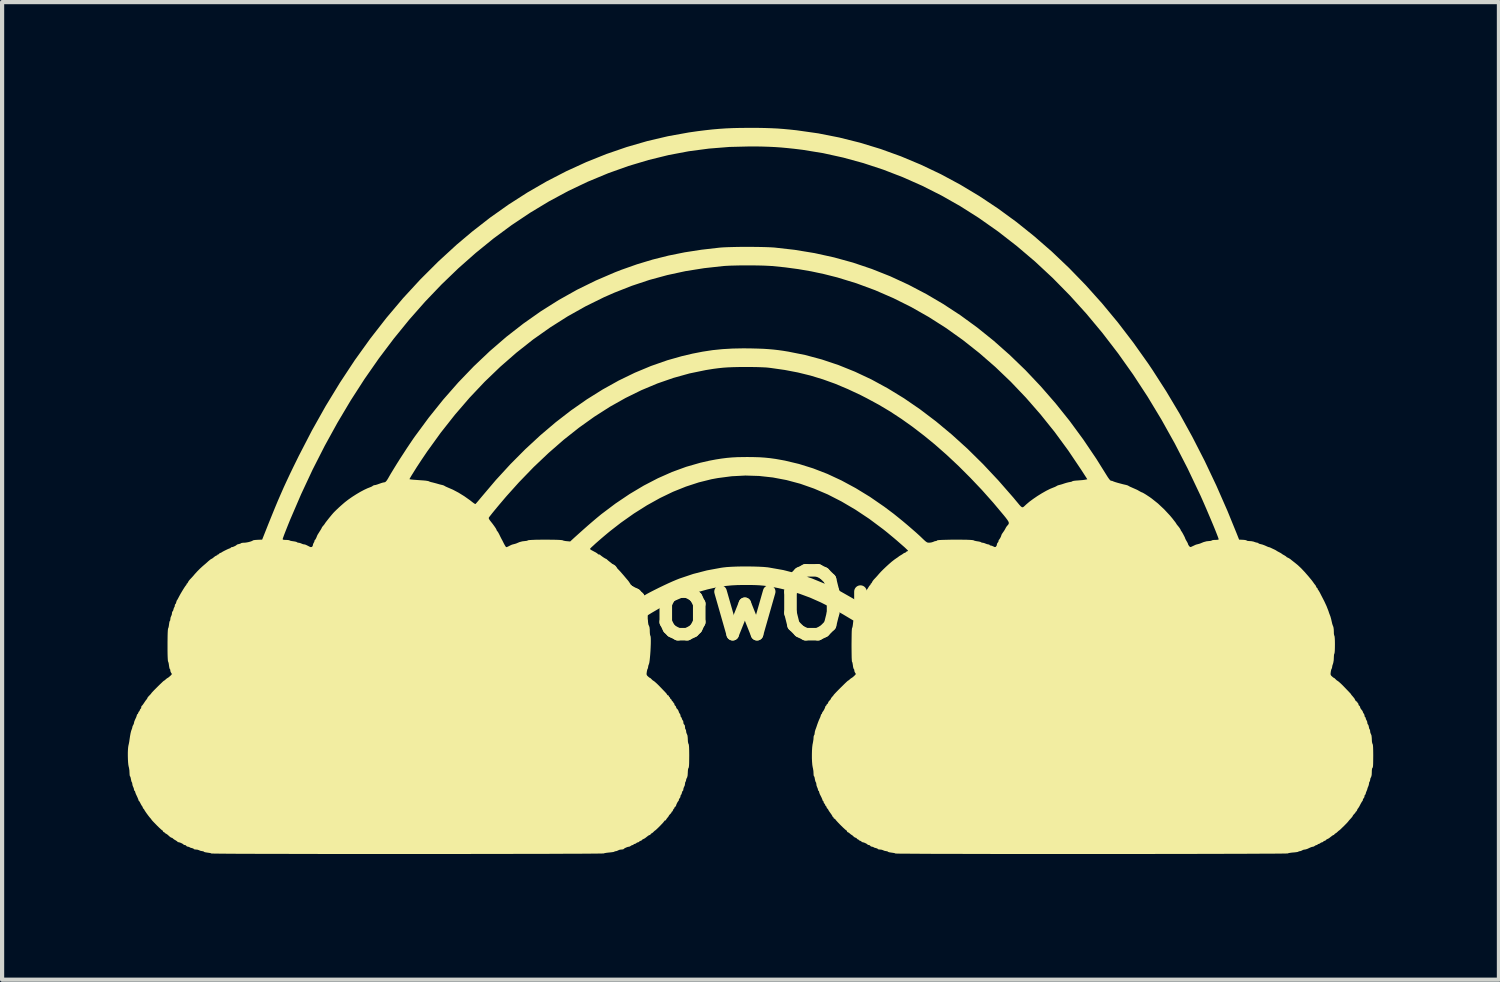
<source format=kicad_pcb>
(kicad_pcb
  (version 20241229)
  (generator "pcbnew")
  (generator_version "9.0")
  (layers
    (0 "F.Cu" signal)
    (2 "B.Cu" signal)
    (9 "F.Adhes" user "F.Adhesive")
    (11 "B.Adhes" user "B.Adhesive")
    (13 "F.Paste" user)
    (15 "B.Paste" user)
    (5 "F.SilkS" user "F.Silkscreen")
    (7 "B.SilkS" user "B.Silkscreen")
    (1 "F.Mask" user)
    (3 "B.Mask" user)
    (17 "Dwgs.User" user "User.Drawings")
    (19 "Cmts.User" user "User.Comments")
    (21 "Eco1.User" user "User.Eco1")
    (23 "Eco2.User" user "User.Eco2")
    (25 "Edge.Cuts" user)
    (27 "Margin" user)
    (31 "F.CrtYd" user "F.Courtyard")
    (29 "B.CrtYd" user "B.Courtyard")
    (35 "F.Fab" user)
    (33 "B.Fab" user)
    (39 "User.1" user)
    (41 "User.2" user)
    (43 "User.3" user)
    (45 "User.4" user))
  (footprint "RainbowOutline"
    (layer "F.Cu")
    (at 14.867 11.392)
    (property "Reference" "RainbowOutline" (at 0 0 0) (layer "F.SilkS") (effects (font (size 1.524 1.524) (thickness 0.3))))
    (attr board_only exclude_from_pos_files exclude_from_bom)
    (fp_poly (pts (xy 0.157 -11.391) (xy 0.327 -11.388) (xy 0.482 -11.383) (xy 0.63 -11.376) (xy 0.775 -11.365) (xy 0.925 -11.351) (xy 1.086 -11.334) (xy 1.1 -11.332) (xy 1.607 -11.26) (xy 2.108 -11.161) (xy 2.604 -11.037) (xy 3.095 -10.887) (xy 3.579 -10.712) (xy 4.056 -10.512) (xy 4.527 -10.288) (xy 4.99 -10.039) (xy 5.445 -9.766) (xy 5.892 -9.469) (xy 6.33 -9.149) (xy 6.759 -8.805) (xy 7.179 -8.439) (xy 7.589 -8.049) (xy 7.988 -7.638) (xy 8.377 -7.204) (xy 8.755 -6.748) (xy 9.121 -6.27) (xy 9.475 -5.772) (xy 9.582 -5.613) (xy 9.909 -5.104) (xy 10.226 -4.573) (xy 10.531 -4.019) (xy 10.824 -3.447) (xy 11.104 -2.856) (xy 11.37 -2.25) (xy 11.589 -1.713) (xy 11.647 -1.567) (xy 11.737 -1.563) (xy 11.782 -1.559) (xy 11.814 -1.553) (xy 11.827 -1.546) (xy 11.827 -1.546) (xy 11.839 -1.539) (xy 11.869 -1.534) (xy 11.894 -1.533) (xy 11.945 -1.529) (xy 11.994 -1.519) (xy 12.009 -1.513) (xy 12.047 -1.5) (xy 12.078 -1.494) (xy 12.082 -1.493) (xy 12.102 -1.488) (xy 12.107 -1.481) (xy 12.118 -1.472) (xy 12.148 -1.462) (xy 12.16 -1.46) (xy 12.204 -1.449) (xy 12.255 -1.43) (xy 12.28 -1.419) (xy 12.319 -1.401) (xy 12.349 -1.389) (xy 12.36 -1.387) (xy 12.382 -1.381) (xy 12.397 -1.374) (xy 12.424 -1.361) (xy 12.462 -1.343) (xy 12.473 -1.338) (xy 12.507 -1.322) (xy 12.53 -1.309) (xy 12.533 -1.307) (xy 12.548 -1.296) (xy 12.579 -1.279) (xy 12.6 -1.268) (xy 12.636 -1.249) (xy 12.661 -1.233) (xy 12.667 -1.228) (xy 12.682 -1.217) (xy 12.711 -1.2) (xy 12.723 -1.194) (xy 12.754 -1.175) (xy 12.772 -1.162) (xy 12.773 -1.159) (xy 12.784 -1.148) (xy 12.797 -1.142) (xy 12.827 -1.128) (xy 12.859 -1.109) (xy 12.88 -1.093) (xy 12.893 -1.082) (xy 12.922 -1.059) (xy 12.96 -1.029) (xy 12.967 -1.024) (xy 13.046 -0.96) (xy 13.125 -0.886) (xy 13.209 -0.797) (xy 13.301 -0.692) (xy 13.333 -0.653) (xy 13.359 -0.622) (xy 13.374 -0.604) (xy 13.394 -0.578) (xy 13.42 -0.542) (xy 13.426 -0.533) (xy 13.448 -0.503) (xy 13.465 -0.483) (xy 13.468 -0.48) (xy 13.478 -0.463) (xy 13.486 -0.443) (xy 13.498 -0.42) (xy 13.508 -0.413) (xy 13.519 -0.403) (xy 13.52 -0.394) (xy 13.526 -0.375) (xy 13.53 -0.371) (xy 13.541 -0.358) (xy 13.559 -0.328) (xy 13.571 -0.307) (xy 13.591 -0.268) (xy 13.607 -0.236) (xy 13.612 -0.227) (xy 13.679 -0.097) (xy 13.733 0.019) (xy 13.772 0.119) (xy 13.78 0.14) (xy 13.794 0.184) (xy 13.808 0.221) (xy 13.813 0.233) (xy 13.827 0.271) (xy 13.844 0.333) (xy 13.864 0.421) (xy 13.865 0.427) (xy 13.877 0.468) (xy 13.891 0.502) (xy 13.891 0.502) (xy 13.899 0.53) (xy 13.905 0.575) (xy 13.907 0.625) (xy 13.908 0.673) (xy 13.913 0.709) (xy 13.92 0.726) (xy 13.92 0.727) (xy 13.925 0.743) (xy 13.929 0.782) (xy 13.932 0.841) (xy 13.933 0.917) (xy 13.933 0.94) (xy 13.932 1.019) (xy 13.93 1.083) (xy 13.926 1.128) (xy 13.921 1.151) (xy 13.92 1.153) (xy 13.913 1.17) (xy 13.909 1.205) (xy 13.907 1.253) (xy 13.907 1.255) (xy 13.904 1.313) (xy 13.895 1.365) (xy 13.887 1.395) (xy 13.873 1.435) (xy 13.867 1.468) (xy 13.867 1.472) (xy 13.861 1.501) (xy 13.854 1.514) (xy 13.845 1.534) (xy 13.837 1.57) (xy 13.833 1.594) (xy 13.829 1.634) (xy 13.832 1.66) (xy 13.847 1.682) (xy 13.878 1.71) (xy 13.886 1.717) (xy 13.906 1.731) (xy 13.913 1.733) (xy 13.927 1.742) (xy 13.949 1.764) (xy 13.952 1.767) (xy 13.975 1.789) (xy 13.991 1.8) (xy 13.992 1.8) (xy 14.007 1.809) (xy 14.037 1.834) (xy 14.077 1.87) (xy 14.123 1.915) (xy 14.171 1.965) (xy 14.178 1.972) (xy 14.218 2.014) (xy 14.256 2.053) (xy 14.283 2.082) (xy 14.307 2.107) (xy 14.319 2.125) (xy 14.32 2.127) (xy 14.329 2.141) (xy 14.349 2.163) (xy 14.35 2.164) (xy 14.397 2.221) (xy 14.422 2.27) (xy 14.437 2.29) (xy 14.448 2.293) (xy 14.465 2.304) (xy 14.467 2.313) (xy 14.474 2.331) (xy 14.48 2.333) (xy 14.491 2.345) (xy 14.493 2.36) (xy 14.502 2.386) (xy 14.513 2.395) (xy 14.53 2.413) (xy 14.533 2.429) (xy 14.542 2.455) (xy 14.563 2.487) (xy 14.567 2.49) (xy 14.589 2.519) (xy 14.6 2.542) (xy 14.6 2.544) (xy 14.609 2.568) (xy 14.62 2.582) (xy 14.636 2.611) (xy 14.64 2.634) (xy 14.645 2.659) (xy 14.653 2.667) (xy 14.665 2.678) (xy 14.667 2.691) (xy 14.674 2.72) (xy 14.686 2.741) (xy 14.702 2.774) (xy 14.706 2.802) (xy 14.711 2.83) (xy 14.721 2.843) (xy 14.731 2.857) (xy 14.74 2.889) (xy 14.743 2.904) (xy 14.75 2.938) (xy 14.758 2.958) (xy 14.762 2.96) (xy 14.77 2.972) (xy 14.773 3) (xy 14.773 3.004) (xy 14.779 3.043) (xy 14.793 3.074) (xy 14.806 3.108) (xy 14.812 3.166) (xy 14.813 3.194) (xy 14.816 3.25) (xy 14.823 3.289) (xy 14.83 3.305) (xy 14.836 3.319) (xy 14.841 3.349) (xy 14.844 3.399) (xy 14.846 3.469) (xy 14.847 3.563) (xy 14.847 3.596) (xy 14.846 3.695) (xy 14.845 3.769) (xy 14.843 3.822) (xy 14.839 3.855) (xy 14.834 3.873) (xy 14.83 3.877) (xy 14.82 3.893) (xy 14.814 3.934) (xy 14.813 3.979) (xy 14.81 4.048) (xy 14.799 4.091) (xy 14.794 4.101) (xy 14.778 4.134) (xy 14.774 4.163) (xy 14.769 4.192) (xy 14.76 4.207) (xy 14.75 4.225) (xy 14.747 4.251) (xy 14.74 4.289) (xy 14.727 4.325) (xy 14.713 4.357) (xy 14.707 4.38) (xy 14.707 4.38) (xy 14.701 4.403) (xy 14.687 4.435) (xy 14.687 4.435) (xy 14.673 4.469) (xy 14.667 4.497) (xy 14.66 4.516) (xy 14.653 4.52) (xy 14.643 4.531) (xy 14.64 4.552) (xy 14.632 4.584) (xy 14.62 4.6) (xy 14.603 4.626) (xy 14.6 4.641) (xy 14.595 4.663) (xy 14.59 4.669) (xy 14.579 4.682) (xy 14.561 4.712) (xy 14.549 4.733) (xy 14.515 4.799) (xy 14.49 4.839) (xy 14.478 4.853) (xy 14.468 4.87) (xy 14.461 4.89) (xy 14.449 4.913) (xy 14.439 4.92) (xy 14.427 4.93) (xy 14.427 4.934) (xy 14.418 4.952) (xy 14.396 4.976) (xy 14.393 4.979) (xy 14.371 5.003) (xy 14.36 5.021) (xy 14.36 5.022) (xy 14.352 5.038) (xy 14.33 5.066) (xy 14.307 5.092) (xy 14.278 5.123) (xy 14.259 5.146) (xy 14.253 5.154) (xy 14.244 5.166) (xy 14.221 5.191) (xy 14.187 5.226) (xy 14.149 5.265) (xy 14.109 5.303) (xy 14.074 5.338) (xy 14.047 5.362) (xy 14.033 5.373) (xy 14.033 5.373) (xy 14.019 5.382) (xy 13.997 5.403) (xy 13.996 5.404) (xy 13.968 5.429) (xy 13.943 5.444) (xy 13.924 5.458) (xy 13.92 5.466) (xy 13.909 5.479) (xy 13.903 5.48) (xy 13.882 5.488) (xy 13.855 5.508) (xy 13.852 5.51) (xy 13.789 5.559) (xy 13.743 5.582) (xy 13.724 5.593) (xy 13.72 5.6) (xy 13.709 5.611) (xy 13.687 5.619) (xy 13.662 5.63) (xy 13.653 5.64) (xy 13.642 5.651) (xy 13.628 5.653) (xy 13.599 5.663) (xy 13.587 5.673) (xy 13.56 5.69) (xy 13.545 5.693) (xy 13.524 5.699) (xy 13.52 5.707) (xy 13.509 5.718) (xy 13.495 5.72) (xy 13.466 5.73) (xy 13.453 5.74) (xy 13.427 5.756) (xy 13.407 5.76) (xy 13.378 5.766) (xy 13.338 5.782) (xy 13.315 5.793) (xy 13.271 5.813) (xy 13.231 5.825) (xy 13.215 5.827) (xy 13.177 5.834) (xy 13.153 5.846) (xy 13.12 5.862) (xy 13.097 5.866) (xy 13.071 5.871) (xy 13.061 5.878) (xy 13.046 5.884) (xy 13.01 5.89) (xy 12.961 5.896) (xy 12.938 5.897) (xy 12.884 5.903) (xy 12.84 5.91) (xy 12.813 5.917) (xy 12.808 5.92) (xy 12.794 5.921) (xy 12.754 5.922) (xy 12.69 5.923) (xy 12.603 5.924) (xy 12.494 5.925) (xy 12.364 5.926) (xy 12.214 5.926) (xy 12.046 5.927) (xy 11.86 5.928) (xy 11.659 5.929) (xy 11.442 5.929) (xy 11.211 5.93) (xy 10.968 5.931) (xy 10.713 5.931) (xy 10.448 5.932) (xy 10.174 5.932) (xy 9.892 5.932) (xy 9.603 5.933) (xy 9.308 5.933) (xy 9.008 5.933) (xy 8.706 5.933) (xy 8.401 5.934) (xy 8.095 5.934) (xy 7.789 5.934) (xy 7.484 5.934) (xy 7.182 5.934) (xy 6.883 5.934) (xy 6.59 5.933) (xy 6.302 5.933) (xy 6.021 5.933) (xy 5.749 5.933) (xy 5.486 5.932) (xy 5.234 5.932) (xy 4.993 5.931) (xy 4.765 5.931) (xy 4.552 5.93) (xy 4.354 5.93) (xy 4.172 5.929) (xy 4.008 5.928) (xy 3.862 5.927) (xy 3.736 5.926) (xy 3.632 5.926) (xy 3.55 5.925) (xy 3.491 5.924) (xy 3.457 5.922) (xy 3.448 5.922) (xy 3.432 5.914) (xy 3.397 5.907) (xy 3.354 5.901) (xy 3.309 5.894) (xy 3.278 5.886) (xy 3.267 5.879) (xy 3.255 5.87) (xy 3.23 5.866) (xy 3.19 5.859) (xy 3.16 5.847) (xy 3.124 5.833) (xy 3.08 5.827) (xy 3.077 5.827) (xy 3.045 5.824) (xy 3.027 5.816) (xy 3.027 5.814) (xy 3.015 5.803) (xy 2.986 5.794) (xy 2.98 5.792) (xy 2.947 5.784) (xy 2.927 5.773) (xy 2.926 5.772) (xy 2.908 5.763) (xy 2.887 5.76) (xy 2.86 5.752) (xy 2.849 5.74) (xy 2.83 5.723) (xy 2.815 5.72) (xy 2.791 5.716) (xy 2.784 5.71) (xy 2.768 5.695) (xy 2.737 5.678) (xy 2.701 5.662) (xy 2.671 5.654) (xy 2.666 5.653) (xy 2.645 5.648) (xy 2.64 5.64) (xy 2.629 5.628) (xy 2.607 5.619) (xy 2.582 5.609) (xy 2.573 5.599) (xy 2.563 5.588) (xy 2.555 5.587) (xy 2.534 5.576) (xy 2.529 5.567) (xy 2.51 5.549) (xy 2.499 5.547) (xy 2.475 5.537) (xy 2.447 5.515) (xy 2.445 5.513) (xy 2.422 5.491) (xy 2.407 5.48) (xy 2.406 5.48) (xy 2.391 5.472) (xy 2.38 5.463) (xy 2.344 5.433) (xy 2.322 5.418) (xy 2.308 5.413) (xy 2.307 5.413) (xy 2.295 5.403) (xy 2.293 5.393) (xy 2.286 5.376) (xy 2.28 5.373) (xy 2.266 5.364) (xy 2.238 5.34) (xy 2.2 5.305) (xy 2.157 5.263) (xy 2.113 5.219) (xy 2.073 5.177) (xy 2.04 5.141) (xy 2.019 5.116) (xy 2.013 5.106) (xy 2.003 5.095) (xy 1.993 5.093) (xy 1.976 5.083) (xy 1.973 5.073) (xy 1.966 5.056) (xy 1.96 5.053) (xy 1.947 5.043) (xy 1.947 5.039) (xy 1.939 5.022) (xy 1.92 4.991) (xy 1.893 4.953) (xy 1.866 4.915) (xy 1.847 4.884) (xy 1.84 4.867) (xy 1.83 4.854) (xy 1.827 4.853) (xy 1.814 4.842) (xy 1.805 4.82) (xy 1.795 4.795) (xy 1.785 4.787) (xy 1.774 4.776) (xy 1.773 4.768) (xy 1.764 4.745) (xy 1.753 4.733) (xy 1.736 4.707) (xy 1.733 4.692) (xy 1.727 4.671) (xy 1.72 4.667) (xy 1.708 4.656) (xy 1.707 4.646) (xy 1.7 4.624) (xy 1.684 4.587) (xy 1.667 4.553) (xy 1.645 4.51) (xy 1.631 4.473) (xy 1.627 4.454) (xy 1.621 4.432) (xy 1.613 4.427) (xy 1.602 4.416) (xy 1.6 4.403) (xy 1.594 4.375) (xy 1.58 4.342) (xy 1.565 4.302) (xy 1.56 4.266) (xy 1.556 4.236) (xy 1.547 4.22) (xy 1.538 4.203) (xy 1.529 4.169) (xy 1.525 4.146) (xy 1.518 4.108) (xy 1.51 4.084) (xy 1.505 4.08) (xy 1.498 4.068) (xy 1.494 4.037) (xy 1.493 4.009) (xy 1.49 3.954) (xy 1.48 3.892) (xy 1.473 3.862) (xy 1.464 3.809) (xy 1.458 3.736) (xy 1.454 3.651) (xy 1.454 3.56) (xy 1.456 3.47) (xy 1.461 3.389) (xy 1.469 3.323) (xy 1.474 3.3) (xy 1.484 3.246) (xy 1.492 3.192) (xy 1.493 3.164) (xy 1.496 3.128) (xy 1.504 3.103) (xy 1.507 3.1) (xy 1.516 3.082) (xy 1.52 3.051) (xy 1.526 3.009) (xy 1.538 2.969) (xy 1.552 2.933) (xy 1.569 2.884) (xy 1.581 2.847) (xy 1.601 2.792) (xy 1.623 2.736) (xy 1.636 2.708) (xy 1.654 2.668) (xy 1.665 2.635) (xy 1.667 2.625) (xy 1.673 2.604) (xy 1.68 2.6) (xy 1.692 2.589) (xy 1.693 2.581) (xy 1.702 2.555) (xy 1.71 2.544) (xy 1.731 2.515) (xy 1.752 2.477) (xy 1.768 2.441) (xy 1.773 2.419) (xy 1.781 2.402) (xy 1.787 2.4) (xy 1.799 2.389) (xy 1.8 2.381) (xy 1.811 2.361) (xy 1.82 2.355) (xy 1.838 2.337) (xy 1.84 2.326) (xy 1.849 2.303) (xy 1.871 2.276) (xy 1.873 2.275) (xy 1.896 2.25) (xy 1.907 2.23) (xy 1.907 2.229) (xy 1.915 2.211) (xy 1.937 2.185) (xy 1.94 2.181) (xy 1.962 2.157) (xy 1.973 2.141) (xy 1.973 2.14) (xy 1.982 2.128) (xy 2.007 2.101) (xy 2.043 2.063) (xy 2.087 2.018) (xy 2.135 1.97) (xy 2.185 1.921) (xy 2.23 1.876) (xy 2.27 1.838) (xy 2.298 1.812) (xy 2.312 1.8) (xy 2.313 1.8) (xy 2.327 1.792) (xy 2.352 1.772) (xy 2.357 1.767) (xy 2.383 1.745) (xy 2.401 1.734) (xy 2.402 1.733) (xy 2.416 1.725) (xy 2.443 1.703) (xy 2.461 1.687) (xy 2.49 1.658) (xy 2.501 1.641) (xy 2.498 1.627) (xy 2.489 1.616) (xy 2.471 1.583) (xy 2.467 1.557) (xy 2.462 1.529) (xy 2.453 1.518) (xy 2.445 1.503) (xy 2.437 1.47) (xy 2.432 1.43) (xy 2.425 1.387) (xy 2.418 1.357) (xy 2.411 1.347) (xy 2.408 1.334) (xy 2.406 1.299) (xy 2.403 1.245) (xy 2.402 1.176) (xy 2.401 1.096) (xy 2.4 1.01) (xy 2.4 0.92) (xy 2.401 0.832) (xy 2.402 0.749) (xy 2.403 0.675) (xy 2.405 0.614) (xy 2.408 0.57) (xy 2.411 0.547) (xy 2.412 0.544) (xy 2.419 0.53) (xy 2.427 0.496) (xy 2.433 0.451) (xy 2.443 0.363) (xy 2.197 0.216) (xy 1.927 0.062) (xy 1.665 -0.07) (xy 1.41 -0.183) (xy 1.158 -0.276) (xy 0.905 -0.352) (xy 0.646 -0.412) (xy 0.64 -0.413) (xy 0.514 -0.437) (xy 0.403 -0.456) (xy 0.299 -0.469) (xy 0.195 -0.478) (xy 0.084 -0.483) (xy -0.042 -0.485) (xy -0.147 -0.485) (xy -0.316 -0.483) (xy -0.466 -0.475) (xy -0.608 -0.461) (xy -0.748 -0.441) (xy -0.894 -0.412) (xy -1.034 -0.38) (xy -1.318 -0.301) (xy -1.606 -0.199) (xy -1.891 -0.077) (xy -2.168 0.063) (xy -2.362 0.176) (xy -2.491 0.255) (xy -2.484 0.304) (xy -2.476 0.34) (xy -2.467 0.364) (xy -2.465 0.366) (xy -2.457 0.387) (xy -2.453 0.42) (xy -2.447 0.459) (xy -2.434 0.487) (xy -2.421 0.521) (xy -2.414 0.581) (xy -2.414 0.614) (xy -2.412 0.664) (xy -2.407 0.705) (xy -2.4 0.727) (xy -2.399 0.729) (xy -2.393 0.749) (xy -2.39 0.79) (xy -2.389 0.85) (xy -2.39 0.922) (xy -2.393 1.002) (xy -2.397 1.086) (xy -2.403 1.17) (xy -2.41 1.247) (xy -2.417 1.315) (xy -2.425 1.369) (xy -2.434 1.403) (xy -2.437 1.409) (xy -2.45 1.445) (xy -2.453 1.47) (xy -2.458 1.5) (xy -2.465 1.514) (xy -2.474 1.534) (xy -2.482 1.57) (xy -2.486 1.595) (xy -2.491 1.635) (xy -2.487 1.661) (xy -2.472 1.683) (xy -2.441 1.711) (xy -2.434 1.717) (xy -2.414 1.731) (xy -2.407 1.733) (xy -2.393 1.742) (xy -2.371 1.764) (xy -2.368 1.767) (xy -2.345 1.789) (xy -2.329 1.8) (xy -2.328 1.8) (xy -2.313 1.809) (xy -2.283 1.834) (xy -2.243 1.87) (xy -2.197 1.915) (xy -2.149 1.965) (xy -2.142 1.972) (xy -2.102 2.014) (xy -2.064 2.053) (xy -2.037 2.082) (xy -2.013 2.109) (xy -2.001 2.13) (xy -2 2.133) (xy -1.989 2.145) (xy -1.98 2.147) (xy -1.962 2.157) (xy -1.96 2.167) (xy -1.953 2.184) (xy -1.947 2.187) (xy -1.935 2.197) (xy -1.933 2.207) (xy -1.923 2.229) (xy -1.913 2.235) (xy -1.896 2.252) (xy -1.893 2.262) (xy -1.883 2.283) (xy -1.873 2.289) (xy -1.856 2.305) (xy -1.853 2.315) (xy -1.846 2.332) (xy -1.84 2.333) (xy -1.829 2.345) (xy -1.827 2.36) (xy -1.818 2.386) (xy -1.807 2.395) (xy -1.79 2.413) (xy -1.787 2.427) (xy -1.778 2.454) (xy -1.77 2.463) (xy -1.749 2.484) (xy -1.73 2.516) (xy -1.72 2.545) (xy -1.72 2.547) (xy -1.711 2.568) (xy -1.7 2.582) (xy -1.684 2.611) (xy -1.68 2.634) (xy -1.676 2.659) (xy -1.668 2.667) (xy -1.657 2.678) (xy -1.647 2.706) (xy -1.647 2.707) (xy -1.637 2.735) (xy -1.626 2.747) (xy -1.626 2.747) (xy -1.617 2.758) (xy -1.613 2.787) (xy -1.613 2.792) (xy -1.607 2.828) (xy -1.593 2.845) (xy -1.578 2.865) (xy -1.573 2.906) (xy -1.57 2.94) (xy -1.563 2.959) (xy -1.56 2.96) (xy -1.551 2.972) (xy -1.547 3) (xy -1.547 3.004) (xy -1.541 3.043) (xy -1.527 3.074) (xy -1.514 3.108) (xy -1.508 3.166) (xy -1.507 3.194) (xy -1.504 3.25) (xy -1.497 3.289) (xy -1.49 3.305) (xy -1.484 3.319) (xy -1.479 3.35) (xy -1.476 3.399) (xy -1.474 3.47) (xy -1.473 3.564) (xy -1.473 3.593) (xy -1.474 3.694) (xy -1.475 3.771) (xy -1.478 3.826) (xy -1.482 3.861) (xy -1.488 3.88) (xy -1.49 3.882) (xy -1.5 3.905) (xy -1.505 3.949) (xy -1.507 3.993) (xy -1.511 4.059) (xy -1.521 4.102) (xy -1.527 4.113) (xy -1.543 4.146) (xy -1.547 4.168) (xy -1.552 4.196) (xy -1.56 4.207) (xy -1.569 4.225) (xy -1.573 4.256) (xy -1.573 4.258) (xy -1.579 4.297) (xy -1.593 4.327) (xy -1.608 4.361) (xy -1.613 4.39) (xy -1.617 4.417) (xy -1.626 4.427) (xy -1.637 4.438) (xy -1.646 4.467) (xy -1.648 4.473) (xy -1.656 4.504) (xy -1.666 4.52) (xy -1.668 4.52) (xy -1.677 4.531) (xy -1.68 4.552) (xy -1.688 4.584) (xy -1.7 4.6) (xy -1.717 4.626) (xy -1.72 4.641) (xy -1.725 4.663) (xy -1.73 4.669) (xy -1.744 4.684) (xy -1.761 4.714) (xy -1.777 4.747) (xy -1.786 4.774) (xy -1.787 4.78) (xy -1.797 4.799) (xy -1.807 4.805) (xy -1.824 4.823) (xy -1.827 4.833) (xy -1.833 4.851) (xy -1.839 4.853) (xy -1.85 4.865) (xy -1.859 4.887) (xy -1.87 4.912) (xy -1.88 4.92) (xy -1.893 4.93) (xy -1.893 4.935) (xy -1.902 4.954) (xy -1.924 4.979) (xy -1.927 4.981) (xy -1.949 5.005) (xy -1.96 5.022) (xy -1.96 5.023) (xy -1.968 5.039) (xy -1.989 5.064) (xy -1.993 5.07) (xy -2.015 5.097) (xy -2.026 5.117) (xy -2.027 5.119) (xy -2.037 5.132) (xy -2.047 5.133) (xy -2.064 5.141) (xy -2.067 5.148) (xy -2.076 5.161) (xy -2.099 5.189) (xy -2.133 5.225) (xy -2.171 5.265) (xy -2.211 5.305) (xy -2.247 5.339) (xy -2.274 5.364) (xy -2.287 5.373) (xy -2.288 5.373) (xy -2.3 5.382) (xy -2.323 5.404) (xy -2.325 5.407) (xy -2.35 5.429) (xy -2.369 5.44) (xy -2.37 5.44) (xy -2.386 5.451) (xy -2.391 5.46) (xy -2.408 5.478) (xy -2.416 5.48) (xy -2.438 5.488) (xy -2.466 5.508) (xy -2.468 5.51) (xy -2.531 5.559) (xy -2.577 5.582) (xy -2.596 5.593) (xy -2.6 5.6) (xy -2.611 5.611) (xy -2.633 5.619) (xy -2.658 5.63) (xy -2.667 5.64) (xy -2.678 5.651) (xy -2.692 5.653) (xy -2.721 5.663) (xy -2.733 5.673) (xy -2.76 5.69) (xy -2.775 5.693) (xy -2.796 5.699) (xy -2.8 5.707) (xy -2.811 5.718) (xy -2.825 5.72) (xy -2.854 5.73) (xy -2.867 5.74) (xy -2.893 5.756) (xy -2.914 5.76) (xy -2.943 5.766) (xy -2.98 5.78) (xy -3.015 5.797) (xy -3.036 5.814) (xy -3.038 5.817) (xy -3.053 5.823) (xy -3.084 5.827) (xy -3.092 5.827) (xy -3.132 5.832) (xy -3.165 5.845) (xy -3.167 5.846) (xy -3.2 5.862) (xy -3.223 5.866) (xy -3.249 5.871) (xy -3.259 5.878) (xy -3.274 5.884) (xy -3.31 5.89) (xy -3.359 5.896) (xy -3.383 5.898) (xy -3.437 5.904) (xy -3.481 5.911) (xy -3.508 5.918) (xy -3.512 5.92) (xy -3.527 5.921) (xy -3.566 5.922) (xy -3.63 5.923) (xy -3.717 5.924) (xy -3.827 5.925) (xy -3.957 5.926) (xy -4.106 5.927) (xy -4.274 5.928) (xy -4.46 5.928) (xy -4.662 5.929) (xy -4.878 5.93) (xy -5.109 5.93) (xy -5.352 5.931) (xy -5.607 5.931) (xy -5.872 5.932) (xy -6.146 5.932) (xy -6.428 5.932) (xy -6.718 5.933) (xy -7.012 5.933) (xy -7.312 5.933) (xy -7.615 5.933) (xy -7.919 5.933) (xy -8.225 5.934) (xy -8.531 5.934) (xy -8.836 5.933) (xy -9.138 5.933) (xy -9.436 5.933) (xy -9.73 5.933) (xy -10.018 5.933) (xy -10.299 5.933) (xy -10.571 5.932) (xy -10.834 5.932) (xy -11.086 5.931) (xy -11.327 5.931) (xy -11.554 5.93) (xy -11.768 5.93) (xy -11.966 5.929) (xy -12.148 5.929) (xy -12.312 5.928) (xy -12.458 5.927) (xy -12.583 5.926) (xy -12.688 5.925) (xy -12.77 5.924) (xy -12.829 5.923) (xy -12.863 5.922) (xy -12.872 5.922) (xy -12.888 5.914) (xy -12.923 5.907) (xy -12.966 5.901) (xy -13.011 5.894) (xy -13.042 5.886) (xy -13.053 5.879) (xy -13.065 5.87) (xy -13.09 5.866) (xy -13.13 5.859) (xy -13.16 5.847) (xy -13.196 5.833) (xy -13.24 5.827) (xy -13.243 5.827) (xy -13.275 5.824) (xy -13.293 5.816) (xy -13.293 5.814) (xy -13.305 5.803) (xy -13.334 5.794) (xy -13.34 5.792) (xy -13.373 5.784) (xy -13.393 5.773) (xy -13.394 5.772) (xy -13.412 5.763) (xy -13.433 5.76) (xy -13.46 5.752) (xy -13.471 5.74) (xy -13.49 5.723) (xy -13.505 5.72) (xy -13.529 5.716) (xy -13.536 5.71) (xy -13.552 5.695) (xy -13.583 5.678) (xy -13.619 5.662) (xy -13.649 5.654) (xy -13.654 5.653) (xy -13.676 5.649) (xy -13.68 5.643) (xy -13.691 5.631) (xy -13.718 5.613) (xy -13.73 5.606) (xy -13.764 5.586) (xy -13.787 5.568) (xy -13.791 5.563) (xy -13.812 5.548) (xy -13.821 5.547) (xy -13.842 5.538) (xy -13.872 5.516) (xy -13.889 5.5) (xy -13.922 5.471) (xy -13.952 5.451) (xy -13.962 5.446) (xy -13.982 5.434) (xy -13.987 5.426) (xy -13.997 5.415) (xy -14.007 5.413) (xy -14.024 5.403) (xy -14.027 5.393) (xy -14.034 5.376) (xy -14.04 5.373) (xy -14.054 5.364) (xy -14.082 5.34) (xy -14.12 5.305) (xy -14.163 5.263) (xy -14.206 5.219) (xy -14.247 5.177) (xy -14.28 5.142) (xy -14.301 5.117) (xy -14.307 5.107) (xy -14.317 5.092) (xy -14.318 5.091) (xy -14.331 5.078) (xy -14.355 5.049) (xy -14.385 5.01) (xy -14.417 4.967) (xy -14.446 4.925) (xy -14.468 4.891) (xy -14.479 4.87) (xy -14.48 4.867) (xy -14.49 4.854) (xy -14.493 4.853) (xy -14.505 4.843) (xy -14.507 4.834) (xy -14.515 4.809) (xy -14.523 4.798) (xy -14.539 4.775) (xy -14.559 4.739) (xy -14.567 4.723) (xy -14.584 4.69) (xy -14.599 4.67) (xy -14.603 4.667) (xy -14.612 4.656) (xy -14.613 4.648) (xy -14.619 4.627) (xy -14.634 4.591) (xy -14.653 4.549) (xy -14.674 4.505) (xy -14.688 4.468) (xy -14.693 4.447) (xy -14.7 4.429) (xy -14.707 4.427) (xy -14.717 4.415) (xy -14.72 4.397) (xy -14.727 4.362) (xy -14.74 4.333) (xy -14.755 4.295) (xy -14.76 4.264) (xy -14.764 4.235) (xy -14.772 4.221) (xy -14.781 4.204) (xy -14.789 4.17) (xy -14.793 4.147) (xy -14.801 4.109) (xy -14.81 4.085) (xy -14.815 4.08) (xy -14.821 4.068) (xy -14.825 4.036) (xy -14.827 3.997) (xy -14.83 3.938) (xy -14.839 3.879) (xy -14.847 3.848) (xy -14.855 3.806) (xy -14.861 3.746) (xy -14.865 3.672) (xy -14.867 3.592) (xy -14.867 3.513) (xy -14.864 3.441) (xy -14.859 3.383) (xy -14.853 3.347) (xy -14.844 3.309) (xy -14.834 3.257) (xy -14.827 3.207) (xy -14.815 3.126) (xy -14.802 3.054) (xy -14.788 2.997) (xy -14.774 2.959) (xy -14.773 2.957) (xy -14.762 2.925) (xy -14.76 2.909) (xy -14.752 2.88) (xy -14.74 2.859) (xy -14.724 2.826) (xy -14.72 2.804) (xy -14.714 2.776) (xy -14.698 2.736) (xy -14.687 2.712) (xy -14.668 2.672) (xy -14.656 2.638) (xy -14.653 2.625) (xy -14.647 2.604) (xy -14.64 2.6) (xy -14.628 2.589) (xy -14.619 2.567) (xy -14.609 2.542) (xy -14.6 2.533) (xy -14.589 2.522) (xy -14.581 2.5) (xy -14.57 2.475) (xy -14.56 2.467) (xy -14.55 2.455) (xy -14.547 2.433) (xy -14.543 2.408) (xy -14.536 2.4) (xy -14.524 2.39) (xy -14.503 2.363) (xy -14.487 2.339) (xy -14.46 2.299) (xy -14.435 2.263) (xy -14.424 2.251) (xy -14.406 2.226) (xy -14.4 2.21) (xy -14.391 2.194) (xy -14.369 2.168) (xy -14.353 2.152) (xy -14.326 2.124) (xy -14.309 2.104) (xy -14.307 2.098) (xy -14.298 2.087) (xy -14.273 2.06) (xy -14.238 2.023) (xy -14.195 1.98) (xy -14.149 1.934) (xy -14.103 1.889) (xy -14.062 1.85) (xy -14.03 1.819) (xy -14.01 1.802) (xy -14.006 1.8) (xy -13.992 1.792) (xy -13.968 1.772) (xy -13.963 1.767) (xy -13.937 1.745) (xy -13.919 1.734) (xy -13.918 1.733) (xy -13.903 1.725) (xy -13.877 1.704) (xy -13.858 1.687) (xy -13.829 1.66) (xy -13.818 1.642) (xy -13.821 1.628) (xy -13.831 1.616) (xy -13.848 1.584) (xy -13.853 1.556) (xy -13.857 1.529) (xy -13.865 1.52) (xy -13.872 1.508) (xy -13.879 1.476) (xy -13.885 1.437) (xy -13.891 1.392) (xy -13.9 1.356) (xy -13.907 1.341) (xy -13.911 1.324) (xy -13.914 1.285) (xy -13.917 1.227) (xy -13.919 1.155) (xy -13.92 1.072) (xy -13.92 0.984) (xy -13.92 0.894) (xy -13.919 0.807) (xy -13.918 0.726) (xy -13.916 0.656) (xy -13.913 0.6) (xy -13.909 0.564) (xy -13.906 0.551) (xy -13.897 0.531) (xy -13.889 0.493) (xy -13.884 0.455) (xy -13.878 0.412) (xy -13.871 0.383) (xy -13.865 0.373) (xy -13.857 0.362) (xy -13.853 0.333) (xy -13.853 0.329) (xy -13.847 0.29) (xy -13.834 0.259) (xy -13.82 0.227) (xy -13.814 0.19) (xy -13.81 0.16) (xy -13.802 0.147) (xy -13.801 0.147) (xy -13.79 0.135) (xy -13.78 0.106) (xy -13.779 0.1) (xy -13.77 0.067) (xy -13.76 0.047) (xy -13.758 0.046) (xy -13.749 0.028) (xy -13.747 0.006) (xy -13.742 -0.019) (xy -13.734 -0.027) (xy -13.724 -0.038) (xy -13.714 -0.066) (xy -13.713 -0.07) (xy -13.704 -0.102) (xy -13.696 -0.12) (xy -13.695 -0.12) (xy -13.684 -0.135) (xy -13.668 -0.165) (xy -13.66 -0.18) (xy -13.638 -0.222) (xy -13.61 -0.273) (xy -13.578 -0.327) (xy -13.546 -0.38) (xy -13.517 -0.426) (xy -13.494 -0.46) (xy -13.48 -0.477) (xy -13.478 -0.478) (xy -13.468 -0.493) (xy -13.467 -0.501) (xy -13.46 -0.518) (xy -13.454 -0.52) (xy -13.441 -0.531) (xy -13.432 -0.549) (xy -13.418 -0.576) (xy -13.391 -0.61) (xy -13.375 -0.627) (xy -13.338 -0.666) (xy -13.297 -0.712) (xy -13.274 -0.74) (xy -13.217 -0.803) (xy -13.149 -0.872) (xy -13.078 -0.937) (xy -13.051 -0.96) (xy -13.018 -0.988) (xy -12.977 -1.024) (xy -12.949 -1.05) (xy -12.914 -1.079) (xy -12.887 -1.1) (xy -12.873 -1.107) (xy -12.856 -1.115) (xy -12.828 -1.136) (xy -12.815 -1.147) (xy -12.784 -1.171) (xy -12.758 -1.185) (xy -12.752 -1.187) (xy -12.735 -1.194) (xy -12.733 -1.2) (xy -12.723 -1.212) (xy -12.713 -1.213) (xy -12.696 -1.22) (xy -12.693 -1.226) (xy -12.682 -1.239) (xy -12.663 -1.248) (xy -12.637 -1.258) (xy -12.627 -1.265) (xy -12.61 -1.276) (xy -12.577 -1.294) (xy -12.535 -1.315) (xy -12.492 -1.336) (xy -12.468 -1.346) (xy -3.84 -1.346) (xy -3.83 -1.332) (xy -3.808 -1.317) (xy -3.777 -1.301) (xy -3.735 -1.278) (xy -3.714 -1.268) (xy -3.68 -1.247) (xy -3.658 -1.231) (xy -3.653 -1.224) (xy -3.642 -1.215) (xy -3.628 -1.213) (xy -3.604 -1.209) (xy -3.598 -1.203) (xy -3.584 -1.19) (xy -3.556 -1.169) (xy -3.521 -1.144) (xy -3.487 -1.123) (xy -3.461 -1.109) (xy -3.454 -1.107) (xy -3.438 -1.097) (xy -3.438 -1.096) (xy -3.426 -1.084) (xy -3.398 -1.06) (xy -3.359 -1.029) (xy -3.349 -1.022) (xy -3.275 -0.961) (xy -3.201 -0.893) (xy -3.124 -0.813) (xy -3.04 -0.717) (xy -2.983 -0.649) (xy -2.955 -0.616) (xy -2.935 -0.593) (xy -2.912 -0.563) (xy -2.888 -0.526) (xy -2.886 -0.523) (xy -2.868 -0.495) (xy -2.854 -0.481) (xy -2.852 -0.48) (xy -2.842 -0.469) (xy -2.835 -0.447) (xy -2.824 -0.422) (xy -2.813 -0.413) (xy -2.801 -0.403) (xy -2.8 -0.393) (xy -2.793 -0.376) (xy -2.788 -0.373) (xy -2.774 -0.362) (xy -2.766 -0.343) (xy -2.755 -0.317) (xy -2.748 -0.307) (xy -2.734 -0.288) (xy -2.717 -0.255) (xy -2.701 -0.221) (xy -2.693 -0.196) (xy -2.693 -0.194) (xy -2.687 -0.175) (xy -2.666 -0.172) (xy -2.629 -0.186) (xy -2.575 -0.216) (xy -2.553 -0.229) (xy -2.488 -0.268) (xy -2.403 -0.314) (xy -2.303 -0.365) (xy -2.195 -0.419) (xy -2.083 -0.473) (xy -1.972 -0.525) (xy -1.867 -0.572) (xy -1.774 -0.611) (xy -1.706 -0.638) (xy -1.379 -0.748) (xy -1.05 -0.833) (xy -0.715 -0.895) (xy -0.667 -0.902) (xy -0.578 -0.912) (xy -0.469 -0.919) (xy -0.345 -0.924) (xy -0.211 -0.927) (xy -0.073 -0.927) (xy 0.063 -0.925) (xy 0.191 -0.921) (xy 0.305 -0.915) (xy 0.401 -0.906) (xy 0.427 -0.902) (xy 0.772 -0.841) (xy 1.114 -0.754) (xy 1.452 -0.642) (xy 1.788 -0.504) (xy 2.122 -0.34) (xy 2.413 -0.175) (xy 2.475 -0.138) (xy 2.53 -0.106) (xy 2.572 -0.083) (xy 2.597 -0.069) (xy 2.603 -0.067) (xy 2.611 -0.078) (xy 2.613 -0.093) (xy 2.619 -0.115) (xy 2.627 -0.12) (xy 2.638 -0.131) (xy 2.64 -0.146) (xy 2.646 -0.171) (xy 2.652 -0.179) (xy 2.664 -0.194) (xy 2.683 -0.227) (xy 2.706 -0.27) (xy 2.709 -0.277) (xy 2.732 -0.321) (xy 2.751 -0.354) (xy 2.762 -0.37) (xy 2.763 -0.371) (xy 2.775 -0.384) (xy 2.794 -0.413) (xy 2.802 -0.428) (xy 2.822 -0.459) (xy 2.838 -0.478) (xy 2.842 -0.48) (xy 2.852 -0.491) (xy 2.853 -0.5) (xy 2.86 -0.518) (xy 2.866 -0.52) (xy 2.879 -0.531) (xy 2.888 -0.549) (xy 2.902 -0.576) (xy 2.929 -0.611) (xy 2.945 -0.628) (xy 2.982 -0.667) (xy 3.024 -0.714) (xy 3.047 -0.741) (xy 3.094 -0.794) (xy 3.155 -0.855) (xy 3.222 -0.919) (xy 3.292 -0.983) (xy 3.359 -1.041) (xy 3.419 -1.088) (xy 3.466 -1.121) (xy 3.469 -1.123) (xy 3.499 -1.143) (xy 3.518 -1.157) (xy 3.52 -1.159) (xy 3.535 -1.171) (xy 3.564 -1.189) (xy 3.573 -1.194) (xy 3.608 -1.215) (xy 3.634 -1.234) (xy 3.637 -1.237) (xy 3.663 -1.251) (xy 3.674 -1.253) (xy 3.691 -1.26) (xy 3.693 -1.265) (xy 3.704 -1.278) (xy 3.72 -1.284) (xy 3.742 -1.295) (xy 3.747 -1.304) (xy 3.737 -1.316) (xy 3.709 -1.343) (xy 3.667 -1.383) (xy 3.612 -1.431) (xy 3.548 -1.487) (xy 3.478 -1.548) (xy 3.405 -1.61) (xy 3.33 -1.672) (xy 3.258 -1.732) (xy 3.191 -1.786) (xy 3.153 -1.816) (xy 2.822 -2.063) (xy 2.491 -2.283) (xy 2.161 -2.477) (xy 1.833 -2.645) (xy 1.504 -2.785) (xy 1.177 -2.9) (xy 0.849 -2.988) (xy 0.522 -3.05) (xy 0.195 -3.086) (xy -0.133 -3.096) (xy -0.461 -3.079) (xy -0.79 -3.036) (xy -0.942 -3.008) (xy -1.244 -2.933) (xy -1.55 -2.833) (xy -1.859 -2.709) (xy -2.17 -2.559) (xy -2.481 -2.386) (xy -2.792 -2.19) (xy -3.102 -1.971) (xy -3.352 -1.777) (xy -3.424 -1.718) (xy -3.498 -1.656) (xy -3.571 -1.594) (xy -3.641 -1.533) (xy -3.705 -1.477) (xy -3.759 -1.427) (xy -3.802 -1.388) (xy -3.83 -1.36) (xy -3.84 -1.346) (xy -3.84 -1.346) (xy -12.468 -1.346) (xy -12.455 -1.352) (xy -12.432 -1.36) (xy -12.429 -1.36) (xy -12.414 -1.369) (xy -12.413 -1.373) (xy -12.402 -1.384) (xy -12.388 -1.387) (xy -12.361 -1.392) (xy -12.326 -1.407) (xy -12.292 -1.424) (xy -12.271 -1.44) (xy -12.269 -1.443) (xy -12.254 -1.452) (xy -12.224 -1.46) (xy -12.219 -1.461) (xy -12.186 -1.47) (xy -12.167 -1.48) (xy -12.166 -1.482) (xy -12.149 -1.488) (xy -12.115 -1.493) (xy -12.091 -1.493) (xy -12.048 -1.497) (xy -11.997 -1.506) (xy -11.947 -1.519) (xy -11.905 -1.534) (xy -11.881 -1.548) (xy -11.88 -1.549) (xy -11.864 -1.554) (xy -11.828 -1.559) (xy -11.78 -1.562) (xy -11.767 -1.563) (xy -11.662 -1.567) (xy -11.657 -1.58) (xy -11.173 -1.58) (xy -11.167 -1.568) (xy -11.144 -1.562) (xy -11.101 -1.56) (xy -11.094 -1.56) (xy -11.051 -1.558) (xy -11.019 -1.554) (xy -11.008 -1.548) (xy -10.992 -1.541) (xy -10.957 -1.533) (xy -10.921 -1.528) (xy -10.877 -1.521) (xy -10.845 -1.513) (xy -10.833 -1.506) (xy -10.815 -1.496) (xy -10.794 -1.493) (xy -10.76 -1.487) (xy -10.725 -1.473) (xy -10.691 -1.459) (xy -10.663 -1.453) (xy -10.646 -1.452) (xy -10.625 -1.445) (xy -10.594 -1.431) (xy -10.553 -1.41) (xy -10.521 -1.394) (xy -10.5 -1.388) (xy -10.482 -1.392) (xy -10.474 -1.395) (xy -10.458 -1.413) (xy -10.453 -1.432) (xy -10.445 -1.466) (xy -10.434 -1.487) (xy -10.418 -1.517) (xy -10.414 -1.537) (xy -10.408 -1.556) (xy -10.403 -1.56) (xy -10.39 -1.573) (xy -10.371 -1.61) (xy -10.348 -1.667) (xy -10.337 -1.688) (xy -10.315 -1.723) (xy -10.29 -1.763) (xy -10.265 -1.802) (xy -10.247 -1.834) (xy -10.24 -1.849) (xy -10.24 -1.849) (xy -10.232 -1.866) (xy -10.212 -1.891) (xy -10.209 -1.894) (xy -10.182 -1.926) (xy -10.162 -1.956) (xy -10.162 -1.956) (xy -10.148 -1.977) (xy -10.12 -2.013) (xy -10.084 -2.059) (xy -10.074 -2.072) (xy -6.255 -2.072) (xy -6.239 -2.041) (xy -6.216 -2.01) (xy -6.164 -1.944) (xy -6.121 -1.885) (xy -6.089 -1.838) (xy -6.071 -1.804) (xy -6.067 -1.792) (xy -6.06 -1.775) (xy -6.056 -1.773) (xy -6.046 -1.762) (xy -6.027 -1.733) (xy -6.005 -1.691) (xy -6.001 -1.683) (xy -5.979 -1.637) (xy -5.959 -1.598) (xy -5.947 -1.575) (xy -5.946 -1.573) (xy -5.934 -1.552) (xy -5.915 -1.514) (xy -5.893 -1.47) (xy -5.87 -1.429) (xy -5.851 -1.399) (xy -5.838 -1.387) (xy -5.838 -1.387) (xy -5.818 -1.392) (xy -5.786 -1.406) (xy -5.782 -1.409) (xy -5.738 -1.431) (xy -5.708 -1.445) (xy -5.682 -1.453) (xy -5.653 -1.46) (xy -5.616 -1.47) (xy -5.588 -1.48) (xy -5.587 -1.481) (xy -5.523 -1.508) (xy -5.455 -1.526) (xy -5.396 -1.533) (xy -5.356 -1.537) (xy -5.327 -1.546) (xy -5.322 -1.55) (xy -5.304 -1.555) (xy -5.264 -1.558) (xy -5.206 -1.561) (xy -5.133 -1.564) (xy -5.049 -1.565) (xy -4.959 -1.566) (xy -4.867 -1.566) (xy -4.776 -1.565) (xy -4.691 -1.564) (xy -4.616 -1.562) (xy -4.555 -1.559) (xy -4.512 -1.555) (xy -4.491 -1.551) (xy -4.49 -1.55) (xy -4.469 -1.542) (xy -4.43 -1.534) (xy -4.393 -1.53) (xy -4.313 -1.523) (xy -4.22 -1.609) (xy -4.11 -1.708) (xy -3.997 -1.809) (xy -3.885 -1.908) (xy -3.778 -2) (xy -3.68 -2.083) (xy -3.595 -2.153) (xy -3.567 -2.176) (xy -3.232 -2.428) (xy -2.895 -2.655) (xy -2.558 -2.856) (xy -2.221 -3.031) (xy -1.883 -3.181) (xy -1.546 -3.304) (xy -1.209 -3.401) (xy -0.985 -3.452) (xy -0.835 -3.48) (xy -0.701 -3.501) (xy -0.575 -3.517) (xy -0.45 -3.528) (xy -0.318 -3.535) (xy -0.171 -3.537) (xy -0.087 -3.538) (xy 0.071 -3.536) (xy 0.21 -3.532) (xy 0.337 -3.523) (xy 0.462 -3.51) (xy 0.591 -3.492) (xy 0.731 -3.467) (xy 0.812 -3.452) (xy 1.147 -3.372) (xy 1.483 -3.267) (xy 1.822 -3.136) (xy 2.161 -2.978) (xy 2.5 -2.795) (xy 2.84 -2.587) (xy 3.179 -2.353) (xy 3.407 -2.182) (xy 3.51 -2.099) (xy 3.621 -2.009) (xy 3.734 -1.914) (xy 3.843 -1.82) (xy 3.945 -1.731) (xy 4.034 -1.65) (xy 4.082 -1.604) (xy 4.131 -1.557) (xy 4.166 -1.526) (xy 4.193 -1.507) (xy 4.215 -1.497) (xy 4.238 -1.494) (xy 4.255 -1.494) (xy 4.3 -1.499) (xy 4.339 -1.51) (xy 4.347 -1.513) (xy 4.382 -1.528) (xy 4.409 -1.533) (xy 4.434 -1.539) (xy 4.443 -1.549) (xy 4.457 -1.553) (xy 4.494 -1.557) (xy 4.55 -1.56) (xy 4.621 -1.562) (xy 4.703 -1.564) (xy 4.793 -1.566) (xy 4.886 -1.566) (xy 4.978 -1.566) (xy 5.067 -1.565) (xy 5.147 -1.564) (xy 5.215 -1.561) (xy 5.267 -1.558) (xy 5.299 -1.554) (xy 5.308 -1.552) (xy 5.331 -1.542) (xy 5.371 -1.532) (xy 5.403 -1.527) (xy 5.446 -1.52) (xy 5.477 -1.512) (xy 5.487 -1.506) (xy 5.505 -1.496) (xy 5.526 -1.493) (xy 5.56 -1.487) (xy 5.595 -1.473) (xy 5.632 -1.459) (xy 5.663 -1.453) (xy 5.687 -1.448) (xy 5.693 -1.44) (xy 5.704 -1.429) (xy 5.719 -1.427) (xy 5.748 -1.42) (xy 5.783 -1.405) (xy 5.784 -1.404) (xy 5.814 -1.39) (xy 5.834 -1.391) (xy 5.845 -1.399) (xy 5.863 -1.426) (xy 5.867 -1.447) (xy 5.875 -1.478) (xy 5.887 -1.493) (xy 5.904 -1.519) (xy 5.907 -1.534) (xy 5.911 -1.556) (xy 5.917 -1.562) (xy 5.929 -1.577) (xy 5.947 -1.605) (xy 5.963 -1.638) (xy 5.973 -1.663) (xy 5.973 -1.669) (xy 5.98 -1.687) (xy 5.998 -1.717) (xy 6.003 -1.724) (xy 6.042 -1.78) (xy 6.067 -1.823) (xy 6.079 -1.847) (xy 6.097 -1.877) (xy 6.117 -1.901) (xy 6.139 -1.926) (xy 6.151 -1.948) (xy 6.152 -1.973) (xy 6.141 -2.002) (xy 6.116 -2.041) (xy 6.076 -2.094) (xy 6.034 -2.146) (xy 5.779 -2.45) (xy 5.512 -2.75) (xy 5.235 -3.042) (xy 4.953 -3.324) (xy 4.668 -3.591) (xy 4.386 -3.839) (xy 4.138 -4.042) (xy 3.861 -4.255) (xy 3.591 -4.447) (xy 3.323 -4.623) (xy 3.051 -4.785) (xy 2.77 -4.937) (xy 2.62 -5.014) (xy 2.311 -5.159) (xy 2.012 -5.285) (xy 1.717 -5.391) (xy 1.422 -5.481) (xy 1.121 -5.555) (xy 0.808 -5.615) (xy 0.479 -5.662) (xy 0.42 -5.669) (xy 0.358 -5.675) (xy 0.272 -5.679) (xy 0.168 -5.683) (xy 0.048 -5.685) (xy -0.083 -5.686) (xy -0.133 -5.686) (xy -0.291 -5.685) (xy -0.428 -5.682) (xy -0.551 -5.677) (xy -0.665 -5.669) (xy -0.777 -5.657) (xy -0.893 -5.642) (xy -1.019 -5.622) (xy -1.08 -5.612) (xy -1.467 -5.532) (xy -1.851 -5.425) (xy -2.234 -5.292) (xy -2.613 -5.133) (xy -2.99 -4.948) (xy -3.365 -4.737) (xy -3.736 -4.5) (xy -4.103 -4.238) (xy -4.467 -3.95) (xy -4.827 -3.636) (xy -5.184 -3.298) (xy -5.536 -2.934) (xy -5.828 -2.609) (xy -5.883 -2.545) (xy -5.943 -2.474) (xy -6.005 -2.401) (xy -6.065 -2.329) (xy -6.121 -2.261) (xy -6.171 -2.2) (xy -6.211 -2.149) (xy -6.24 -2.112) (xy -6.254 -2.092) (xy -6.255 -2.072) (xy -10.074 -2.072) (xy -10.042 -2.111) (xy -10 -2.162) (xy -9.961 -2.207) (xy -9.93 -2.239) (xy -9.885 -2.283) (xy -9.831 -2.334) (xy -9.773 -2.386) (xy -9.718 -2.434) (xy -9.685 -2.462) (xy -9.606 -2.523) (xy -9.516 -2.586) (xy -9.419 -2.648) (xy -9.323 -2.705) (xy -9.231 -2.754) (xy -9.15 -2.792) (xy -9.096 -2.813) (xy -9.058 -2.828) (xy -9.03 -2.844) (xy -9.025 -2.849) (xy -9 -2.863) (xy -8.981 -2.867) (xy -8.954 -2.871) (xy -8.912 -2.884) (xy -8.867 -2.9) (xy -8.819 -2.917) (xy -8.778 -2.929) (xy -8.753 -2.933) (xy -8.73 -2.938) (xy -8.708 -2.955) (xy -8.682 -2.988) (xy -8.669 -3.01) (xy -8.147 -3.01) (xy -8.134 -3.006) (xy -8.102 -3.001) (xy -8.055 -2.996) (xy -8.037 -2.995) (xy -7.966 -2.99) (xy -7.886 -2.984) (xy -7.814 -2.979) (xy -7.813 -2.979) (xy -7.76 -2.974) (xy -7.716 -2.967) (xy -7.689 -2.961) (xy -7.685 -2.959) (xy -7.664 -2.949) (xy -7.627 -2.938) (xy -7.612 -2.935) (xy -7.564 -2.923) (xy -7.508 -2.908) (xy -7.48 -2.9) (xy -7.431 -2.886) (xy -7.387 -2.875) (xy -7.367 -2.871) (xy -7.331 -2.86) (xy -7.307 -2.847) (xy -7.281 -2.832) (xy -7.244 -2.816) (xy -7.24 -2.814) (xy -7.112 -2.759) (xy -6.976 -2.687) (xy -6.837 -2.601) (xy -6.703 -2.506) (xy -6.656 -2.469) (xy -6.619 -2.441) (xy -6.59 -2.422) (xy -6.575 -2.416) (xy -6.574 -2.416) (xy -6.563 -2.427) (xy -6.537 -2.456) (xy -6.501 -2.498) (xy -6.458 -2.55) (xy -6.427 -2.587) (xy -6.087 -2.988) (xy -5.739 -3.367) (xy -5.385 -3.723) (xy -5.025 -4.056) (xy -4.66 -4.366) (xy -4.29 -4.652) (xy -3.916 -4.913) (xy -3.537 -5.15) (xy -3.156 -5.362) (xy -2.771 -5.549) (xy -2.385 -5.71) (xy -1.996 -5.846) (xy -1.647 -5.945) (xy -1.392 -6.005) (xy -1.151 -6.052) (xy -0.916 -6.088) (xy -0.68 -6.112) (xy -0.437 -6.126) (xy -0.18 -6.131) (xy 0.005 -6.129) (xy 0.161 -6.125) (xy 0.297 -6.12) (xy 0.42 -6.112) (xy 0.535 -6.102) (xy 0.651 -6.089) (xy 0.772 -6.072) (xy 0.893 -6.052) (xy 1.294 -5.972) (xy 1.692 -5.865) (xy 2.089 -5.732) (xy 2.483 -5.573) (xy 2.876 -5.388) (xy 3.265 -5.176) (xy 3.652 -4.939) (xy 4.035 -4.676) (xy 4.416 -4.387) (xy 4.793 -4.073) (xy 5.167 -3.734) (xy 5.537 -3.369) (xy 5.903 -2.979) (xy 6.265 -2.565) (xy 6.305 -2.516) (xy 6.363 -2.447) (xy 6.405 -2.396) (xy 6.437 -2.362) (xy 6.461 -2.343) (xy 6.48 -2.338) (xy 6.499 -2.345) (xy 6.521 -2.363) (xy 6.55 -2.39) (xy 6.567 -2.406) (xy 6.643 -2.471) (xy 6.735 -2.539) (xy 6.836 -2.608) (xy 6.941 -2.673) (xy 7.043 -2.731) (xy 7.137 -2.778) (xy 7.213 -2.809) (xy 7.254 -2.825) (xy 7.285 -2.841) (xy 7.293 -2.846) (xy 7.321 -2.861) (xy 7.353 -2.87) (xy 7.389 -2.879) (xy 7.436 -2.893) (xy 7.467 -2.904) (xy 7.521 -2.921) (xy 7.577 -2.935) (xy 7.603 -2.94) (xy 7.64 -2.947) (xy 7.663 -2.955) (xy 7.667 -2.959) (xy 7.679 -2.965) (xy 7.712 -2.971) (xy 7.76 -2.976) (xy 7.79 -2.978) (xy 7.853 -2.983) (xy 7.912 -2.988) (xy 7.958 -2.994) (xy 7.97 -2.996) (xy 8.026 -3.007) (xy 7.884 -3.227) (xy 7.572 -3.691) (xy 7.247 -4.134) (xy 6.909 -4.555) (xy 6.56 -4.955) (xy 6.2 -5.333) (xy 5.829 -5.688) (xy 5.447 -6.02) (xy 5.055 -6.33) (xy 4.654 -6.616) (xy 4.243 -6.878) (xy 3.824 -7.116) (xy 3.397 -7.329) (xy 2.962 -7.518) (xy 2.519 -7.682) (xy 2.07 -7.82) (xy 2.048 -7.826) (xy 1.742 -7.903) (xy 1.438 -7.968) (xy 1.13 -8.021) (xy 0.81 -8.064) (xy 0.5 -8.095) (xy 0.412 -8.1) (xy 0.303 -8.105) (xy 0.178 -8.108) (xy 0.043 -8.11) (xy -0.097 -8.11) (xy -0.235 -8.11) (xy -0.368 -8.107) (xy -0.489 -8.104) (xy -0.592 -8.099) (xy -0.653 -8.095) (xy -1.114 -8.044) (xy -1.561 -7.973) (xy -1.996 -7.879) (xy -2.422 -7.763) (xy -2.842 -7.623) (xy -3.259 -7.459) (xy -3.507 -7.35) (xy -3.945 -7.134) (xy -4.373 -6.894) (xy -4.791 -6.629) (xy -5.199 -6.341) (xy -5.595 -6.028) (xy -5.98 -5.692) (xy -6.353 -5.334) (xy -6.714 -4.952) (xy -7.063 -4.547) (xy -7.4 -4.12) (xy -7.724 -3.671) (xy -7.862 -3.467) (xy -7.917 -3.383) (xy -7.971 -3.301) (xy -8.02 -3.223) (xy -8.064 -3.152) (xy -8.101 -3.093) (xy -8.128 -3.047) (xy -8.144 -3.018) (xy -8.147 -3.01) (xy -8.669 -3.01) (xy -8.65 -3.04) (xy -8.647 -3.047) (xy -8.595 -3.137) (xy -8.53 -3.244) (xy -8.457 -3.363) (xy -8.377 -3.49) (xy -8.293 -3.619) (xy -8.21 -3.747) (xy -8.129 -3.868) (xy -8.055 -3.977) (xy -8.022 -4.024) (xy -7.688 -4.477) (xy -7.342 -4.908) (xy -6.983 -5.317) (xy -6.612 -5.703) (xy -6.229 -6.066) (xy -5.835 -6.406) (xy -5.429 -6.722) (xy -5.013 -7.015) (xy -4.586 -7.284) (xy -4.149 -7.529) (xy -3.701 -7.749) (xy -3.245 -7.945) (xy -3.093 -8.004) (xy -2.719 -8.136) (xy -2.345 -8.249) (xy -1.967 -8.344) (xy -1.58 -8.422) (xy -1.179 -8.484) (xy -0.761 -8.532) (xy -0.72 -8.536) (xy -0.644 -8.541) (xy -0.546 -8.545) (xy -0.431 -8.548) (xy -0.303 -8.551) (xy -0.167 -8.552) (xy -0.029 -8.552) (xy 0.108 -8.551) (xy 0.239 -8.549) (xy 0.358 -8.546) (xy 0.462 -8.542) (xy 0.545 -8.537) (xy 0.56 -8.536) (xy 1.045 -8.481) (xy 1.518 -8.403) (xy 1.982 -8.301) (xy 2.436 -8.176) (xy 2.883 -8.025) (xy 3.324 -7.85) (xy 3.759 -7.649) (xy 4.191 -7.422) (xy 4.585 -7.19) (xy 4.995 -6.922) (xy 5.397 -6.629) (xy 5.791 -6.312) (xy 6.175 -5.972) (xy 6.55 -5.61) (xy 6.913 -5.226) (xy 7.265 -4.822) (xy 7.604 -4.399) (xy 7.929 -3.956) (xy 8.24 -3.496) (xy 8.473 -3.123) (xy 8.517 -3.053) (xy 8.551 -3.006) (xy 8.575 -2.98) (xy 8.589 -2.973) (xy 8.622 -2.967) (xy 8.637 -2.96) (xy 8.659 -2.951) (xy 8.7 -2.937) (xy 8.754 -2.921) (xy 8.814 -2.905) (xy 8.874 -2.889) (xy 8.926 -2.877) (xy 8.953 -2.871) (xy 8.989 -2.86) (xy 9.013 -2.847) (xy 9.039 -2.832) (xy 9.076 -2.816) (xy 9.08 -2.814) (xy 9.216 -2.754) (xy 9.27 -2.723) (xy 9.303 -2.705) (xy 9.327 -2.694) (xy 9.332 -2.693) (xy 9.348 -2.686) (xy 9.38 -2.668) (xy 9.423 -2.642) (xy 9.47 -2.611) (xy 9.517 -2.58) (xy 9.557 -2.551) (xy 9.559 -2.55) (xy 9.711 -2.429) (xy 9.86 -2.289) (xy 9.998 -2.141) (xy 10.058 -2.069) (xy 10.094 -2.022) (xy 10.124 -1.984) (xy 10.142 -1.958) (xy 10.147 -1.949) (xy 10.155 -1.935) (xy 10.176 -1.908) (xy 10.194 -1.887) (xy 10.222 -1.851) (xy 10.243 -1.819) (xy 10.249 -1.807) (xy 10.259 -1.782) (xy 10.266 -1.773) (xy 10.277 -1.758) (xy 10.296 -1.727) (xy 10.317 -1.688) (xy 10.338 -1.648) (xy 10.354 -1.615) (xy 10.36 -1.597) (xy 10.36 -1.597) (xy 10.367 -1.58) (xy 10.383 -1.55) (xy 10.393 -1.533) (xy 10.413 -1.498) (xy 10.426 -1.471) (xy 10.427 -1.464) (xy 10.435 -1.442) (xy 10.454 -1.415) (xy 10.472 -1.395) (xy 10.488 -1.39) (xy 10.512 -1.398) (xy 10.53 -1.407) (xy 10.567 -1.424) (xy 10.596 -1.438) (xy 10.6 -1.44) (xy 10.627 -1.45) (xy 10.664 -1.459) (xy 10.667 -1.46) (xy 10.704 -1.47) (xy 10.732 -1.48) (xy 10.733 -1.481) (xy 10.799 -1.508) (xy 10.869 -1.527) (xy 10.926 -1.533) (xy 10.964 -1.536) (xy 10.989 -1.543) (xy 10.993 -1.547) (xy 11.01 -1.554) (xy 11.045 -1.559) (xy 11.081 -1.56) (xy 11.123 -1.562) (xy 11.151 -1.567) (xy 11.16 -1.573) (xy 11.155 -1.593) (xy 11.14 -1.635) (xy 11.117 -1.695) (xy 11.087 -1.771) (xy 11.051 -1.86) (xy 11.01 -1.959) (xy 10.965 -2.066) (xy 10.918 -2.176) (xy 10.87 -2.289) (xy 10.822 -2.4) (xy 10.775 -2.507) (xy 10.731 -2.606) (xy 10.709 -2.653) (xy 10.418 -3.266) (xy 10.113 -3.859) (xy 9.795 -4.429) (xy 9.463 -4.979) (xy 9.118 -5.506) (xy 8.759 -6.012) (xy 8.388 -6.495) (xy 8.004 -6.956) (xy 7.608 -7.394) (xy 7.199 -7.81) (xy 6.778 -8.202) (xy 6.345 -8.57) (xy 5.9 -8.916) (xy 5.444 -9.237) (xy 5.426 -9.249) (xy 4.989 -9.526) (xy 4.542 -9.779) (xy 4.087 -10.009) (xy 3.624 -10.214) (xy 3.155 -10.395) (xy 2.681 -10.551) (xy 2.203 -10.682) (xy 1.722 -10.788) (xy 1.238 -10.867) (xy 1.033 -10.892) (xy 0.872 -10.909) (xy 0.722 -10.923) (xy 0.578 -10.933) (xy 0.432 -10.94) (xy 0.278 -10.945) (xy 0.109 -10.948) (xy -0.024 -10.948) (xy -0.514 -10.936) (xy -1.001 -10.897) (xy -1.484 -10.833) (xy -1.965 -10.742) (xy -2.443 -10.625) (xy -2.921 -10.482) (xy -3.398 -10.312) (xy -3.413 -10.306) (xy -3.89 -10.108) (xy -4.359 -9.885) (xy -4.819 -9.637) (xy -5.27 -9.365) (xy -5.713 -9.069) (xy -6.146 -8.749) (xy -6.568 -8.406) (xy -6.981 -8.041) (xy -7.383 -7.654) (xy -7.774 -7.245) (xy -8.154 -6.814) (xy -8.521 -6.363) (xy -8.877 -5.891) (xy -9.22 -5.399) (xy -9.55 -4.887) (xy -9.866 -4.356) (xy -10.169 -3.806) (xy -10.458 -3.238) (xy -10.732 -2.652) (xy -10.992 -2.048) (xy -11.048 -1.91) (xy -11.082 -1.824) (xy -11.113 -1.746) (xy -11.139 -1.679) (xy -11.158 -1.626) (xy -11.17 -1.592) (xy -11.173 -1.58) (xy -11.657 -1.58) (xy -11.514 -1.94) (xy -11.432 -2.143) (xy -11.357 -2.327) (xy -11.286 -2.497) (xy -11.216 -2.658) (xy -11.147 -2.815) (xy -11.074 -2.973) (xy -10.997 -3.137) (xy -10.912 -3.313) (xy -10.817 -3.506) (xy -10.787 -3.567) (xy -10.475 -4.17) (xy -10.148 -4.752) (xy -9.807 -5.311) (xy -9.452 -5.849) (xy -9.082 -6.364) (xy -8.698 -6.857) (xy -8.3 -7.328) (xy -7.887 -7.776) (xy -7.461 -8.201) (xy -7.021 -8.605) (xy -6.653 -8.915) (xy -6.223 -9.25) (xy -5.782 -9.562) (xy -5.331 -9.851) (xy -4.872 -10.116) (xy -4.405 -10.357) (xy -3.931 -10.574) (xy -3.45 -10.767) (xy -2.964 -10.934) (xy -2.474 -11.076) (xy -1.979 -11.192) (xy -1.482 -11.282) (xy -1.273 -11.312) (xy -1.088 -11.335) (xy -0.917 -11.354) (xy -0.754 -11.368) (xy -0.592 -11.379) (xy -0.424 -11.386) (xy -0.244 -11.39) (xy -0.044 -11.391) (xy -0.033 -11.392)) (stroke (width 0) (type solid)) (fill yes) (layer "F.SilkS")))
  (gr_rect
    (start -3 -3)
    (end 32.713 20.325)
    (stroke (width 0.1) (type default))
    (fill no)
    (layer "Edge.Cuts")))
</source>
